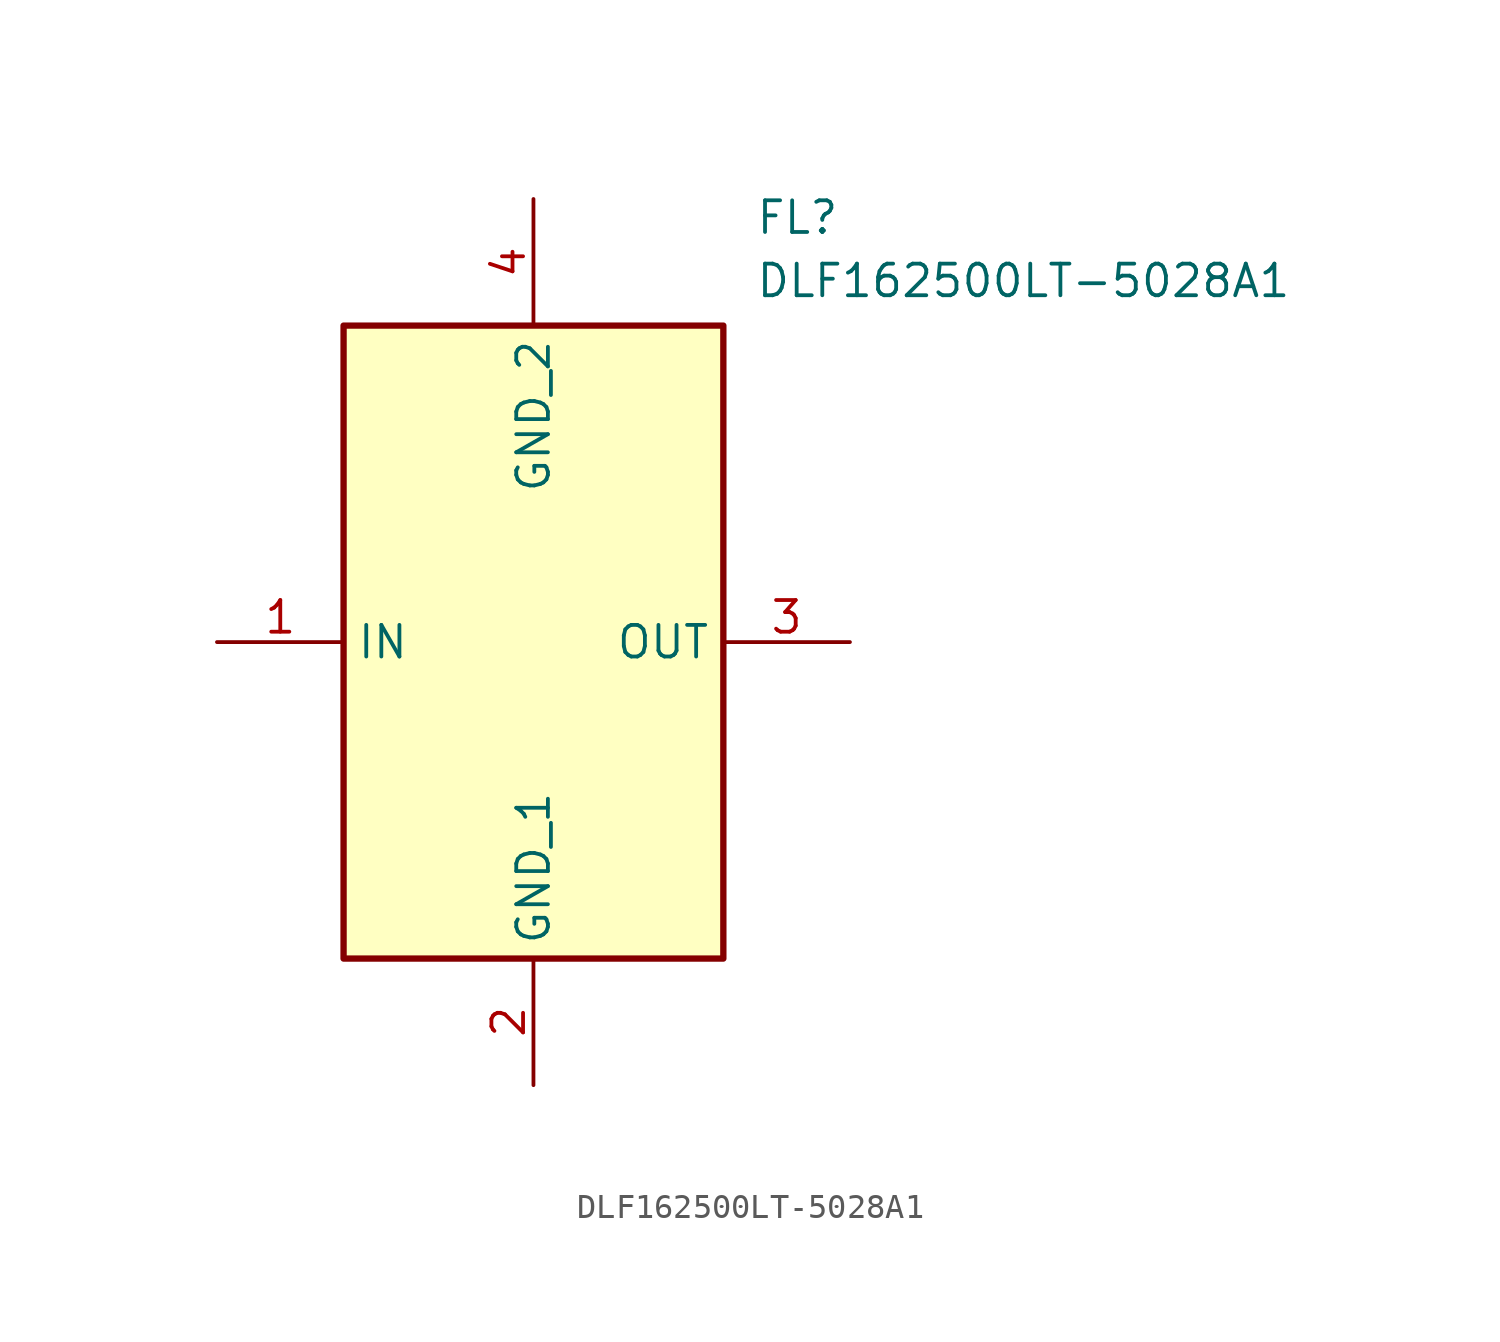
<source format=kicad_sym>
(kicad_symbol_lib
  (version 20211014)
  (generator SamacSys_ECAD_Model)
  (symbol "DLF162500LT-5028A1"
    (property "Reference" "FL"
      (at 21.59 17.78 0)
      (effects (font (size 1.27 1.27)) (justify left top)))
    (property "Value" "DLF162500LT-5028A1"
      (at 21.59 15.24 0)
      (effects (font (size 1.27 1.27)) (justify left top)))
    (rectangle
      (start 5.08 12.7)
      (end 20.32 -12.7)
      (stroke (width 0.254) (type default))
      (fill (type background)))
    (pin passive line
      (at 0 0 0)
      (length 5.08)
      (name "IN" (effects (font (size 1.27 1.27))))
      (number "1" (effects (font (size 1.27 1.27)))))
    (pin passive line
      (at 12.7 -17.78 90)
      (length 5.08)
      (name "GND_1" (effects (font (size 1.27 1.27))))
      (number "2" (effects (font (size 1.27 1.27)))))
    (pin passive line
      (at 25.4 0 180)
      (length 5.08)
      (name "OUT" (effects (font (size 1.27 1.27))))
      (number "3" (effects (font (size 1.27 1.27)))))
    (pin passive line
      (at 12.7 17.78 270)
      (length 5.08)
      (name "GND_2" (effects (font (size 1.27 1.27))))
      (number "4" (effects (font (size 1.27 1.27)))))))
</source>
